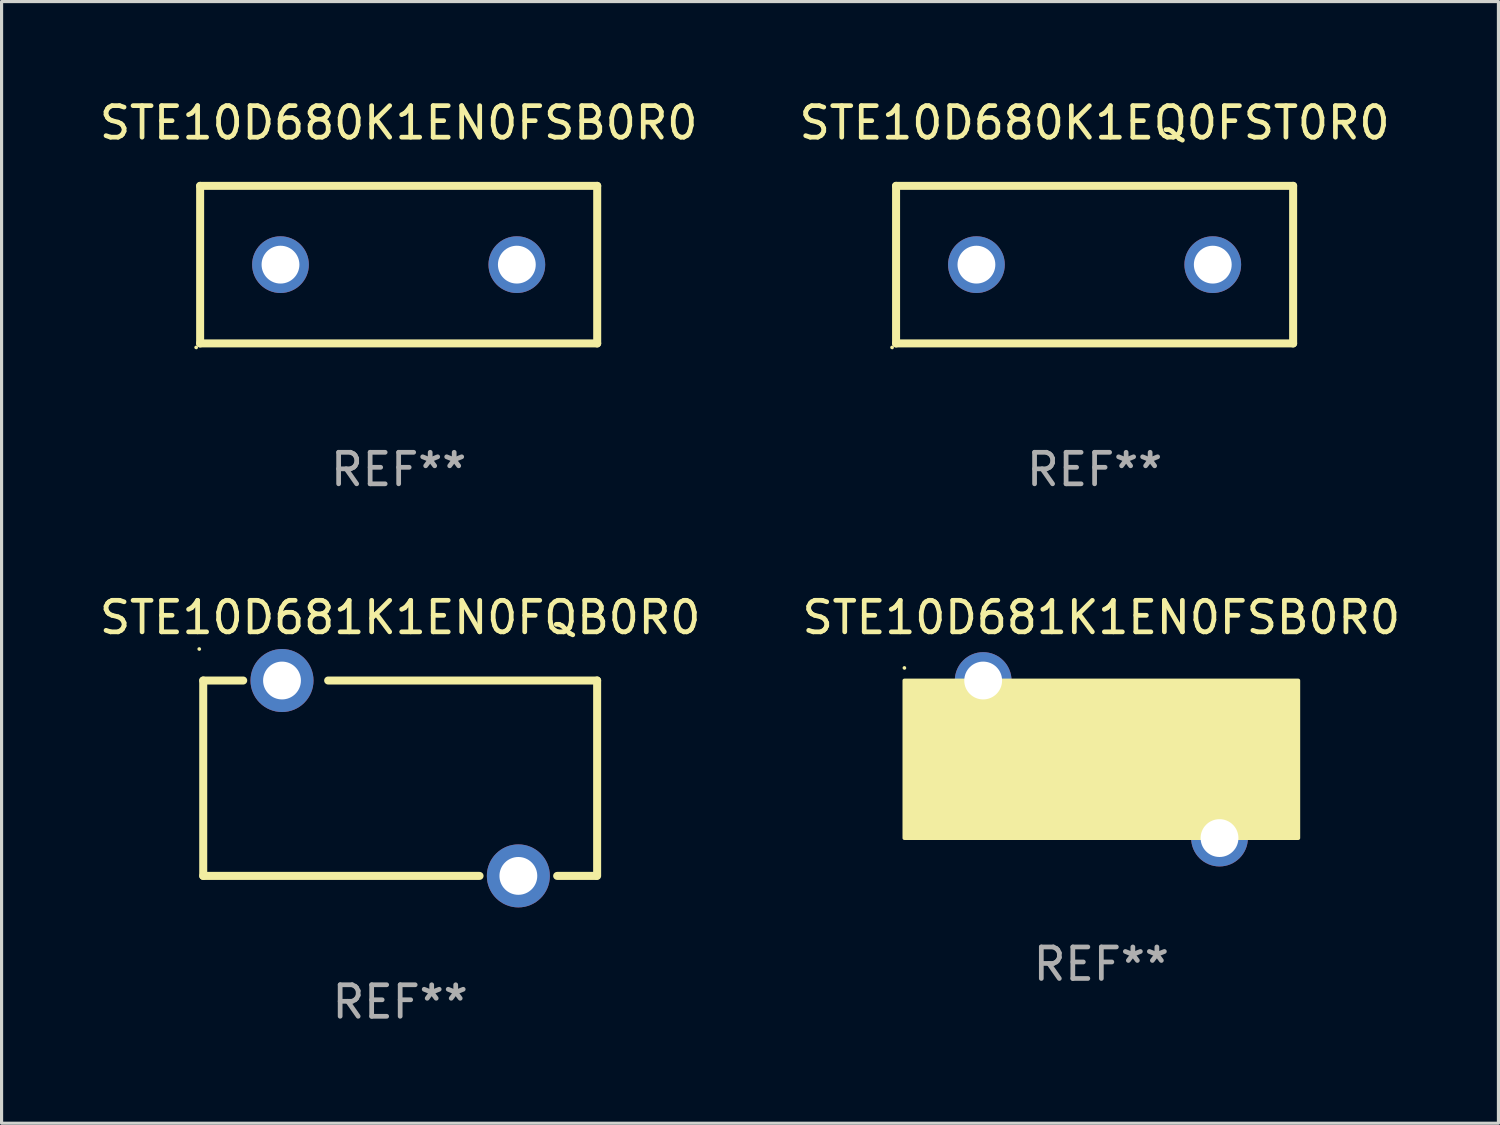
<source format=kicad_pcb>
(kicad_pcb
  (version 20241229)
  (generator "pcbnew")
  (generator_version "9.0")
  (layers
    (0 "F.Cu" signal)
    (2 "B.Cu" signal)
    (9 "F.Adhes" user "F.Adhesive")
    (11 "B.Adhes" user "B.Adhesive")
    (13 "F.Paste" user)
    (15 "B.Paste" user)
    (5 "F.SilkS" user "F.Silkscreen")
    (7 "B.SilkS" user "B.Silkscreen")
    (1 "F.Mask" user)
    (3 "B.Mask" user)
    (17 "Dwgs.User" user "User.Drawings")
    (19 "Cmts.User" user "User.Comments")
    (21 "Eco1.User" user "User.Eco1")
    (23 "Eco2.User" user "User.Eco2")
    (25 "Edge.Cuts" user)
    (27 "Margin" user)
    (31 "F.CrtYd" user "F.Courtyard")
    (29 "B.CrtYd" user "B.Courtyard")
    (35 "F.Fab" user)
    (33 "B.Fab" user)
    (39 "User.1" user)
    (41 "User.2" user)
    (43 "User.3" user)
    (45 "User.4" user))
  (footprint "STE10D680K1EQ0FST0R0"
    (layer "F.Cu")
    (at 31.685 5.348)
    (property "Reference" "STE10D680K1EQ0FST0R0" (at 0 -4.5 0) (layer "F.SilkS") (effects (font (size 1 1) (thickness 0.15))))
    (attr through_hole)
    (fp_line (start -6.3 -2.5) (end 6.3 -2.5) (stroke (width 0.254) (type solid)) (layer "F.SilkS"))
    (fp_line (start -6.3 2.5) (end -6.3 -2.5) (stroke (width 0.254) (type solid)) (layer "F.SilkS"))
    (fp_line (start 6.3 -2.5) (end 6.3 2.5) (stroke (width 0.254) (type solid)) (layer "F.SilkS"))
    (fp_line (start 6.3 2.5) (end -6.3 2.5) (stroke (width 0.254) (type solid)) (layer "F.SilkS"))
    (fp_circle (center -6.427 2.627) (end -6.397 2.627) (stroke (width 0.06) (type solid)) (fill no) (layer "F.SilkS"))
    (fp_text user "REF**" (at 0 6.5 0) (layer "F.Fab") (effects (font (size 1 1) (thickness 0.15))))
    (pad "1" thru_hole circle (at -3.75 0) (size 1.8 1.8) (drill 1.2) (layers "*.Cu" "*.Mask"))
    (pad "2" thru_hole circle (at 3.75 0) (size 1.8 1.8) (drill 1.2) (layers "*.Cu" "*.Mask")))
  (footprint "STE10D680K1EN0FSB0R0"
    (layer "F.Cu")
    (at 9.601 5.348)
    (property "Reference" "STE10D680K1EN0FSB0R0" (at 0 -4.5 0) (layer "F.SilkS") (effects (font (size 1 1) (thickness 0.15))))
    (attr through_hole)
    (fp_line (start -6.3 -2.5) (end 6.3 -2.5) (stroke (width 0.254) (type solid)) (layer "F.SilkS"))
    (fp_line (start -6.3 2.5) (end -6.3 -2.5) (stroke (width 0.254) (type solid)) (layer "F.SilkS"))
    (fp_line (start 6.3 -2.5) (end 6.3 2.5) (stroke (width 0.254) (type solid)) (layer "F.SilkS"))
    (fp_line (start 6.3 2.5) (end -6.3 2.5) (stroke (width 0.254) (type solid)) (layer "F.SilkS"))
    (fp_circle (center -6.427 2.627) (end -6.397 2.627) (stroke (width 0.06) (type solid)) (fill no) (layer "F.SilkS"))
    (fp_text user "REF**" (at 0 6.5 0) (layer "F.Fab") (effects (font (size 1 1) (thickness 0.15))))
    (pad "1" thru_hole circle (at -3.75 0) (size 1.8 1.8) (drill 1.2) (layers "*.Cu" "*.Mask"))
    (pad "2" thru_hole circle (at 3.75 0) (size 1.8 1.8) (drill 1.2) (layers "*.Cu" "*.Mask")))
  (footprint "STE10D681K1EN0FQB0R0"
    (layer "F.Cu")
    (at 9.649 21.645)
    (property "Reference" "STE10D681K1EN0FQB0R0" (at 0 -5.1 0) (layer "F.SilkS") (effects (font (size 1 1) (thickness 0.15))))
    (attr through_hole)
    (fp_line (start -6.25 -3.1) (end -6.25 3.1) (stroke (width 0.254) (type solid)) (layer "F.SilkS"))
    (fp_line (start -6.25 -3.1) (end -4.981 -3.1) (stroke (width 0.254) (type solid)) (layer "F.SilkS"))
    (fp_line (start -6.25 3.1) (end 2.519 3.1) (stroke (width 0.254) (type solid)) (layer "F.SilkS"))
    (fp_line (start 4.981 3.1) (end 6.223 3.1) (stroke (width 0.254) (type solid)) (layer "F.SilkS"))
    (fp_line (start 6.25 -3.1) (end -2.286 -3.1) (stroke (width 0.254) (type solid)) (layer "F.SilkS"))
    (fp_line (start 6.25 -3.1) (end 6.25 3.1) (stroke (width 0.254) (type solid)) (layer "F.SilkS"))
    (fp_circle (center -6.377 -4.1) (end -6.347 -4.1) (stroke (width 0.06) (type solid)) (fill no) (layer "F.SilkS"))
    (fp_text user "REF**" (at 0 7.1 0) (layer "F.Fab") (effects (font (size 1 1) (thickness 0.15))))
    (pad "1" thru_hole circle (at -3.75 -3.1) (size 2 2) (drill 1.2) (layers "*.Cu" "*.Mask"))
    (pad "2" thru_hole circle (at 3.75 3.1) (size 2 2) (drill 1.2) (layers "*.Cu" "*.Mask")))
  (footprint "STE10D681K1EN0FSB0R0"
    (layer "F.Cu")
    (at 31.899 21.045)
    (property "Reference" "STE10D681K1EN0FSB0R0" (at 0 -4.5 0) (layer "F.SilkS") (effects (font (size 1 1) (thickness 0.15))))
    (attr through_hole)
    (fp_circle (center -6.25 -2.9) (end -6.22 -2.9) (stroke (width 0.06) (type solid)) (fill no) (layer "F.SilkS"))
    (fp_poly (pts (xy -6.25 -2.5) (xy 6.25 -2.5) (xy 6.25 2.5) (xy -6.25 2.5)) (stroke (width 0.12) (type solid)) (fill yes) (layer "F.SilkS"))
    (fp_text user "REF**" (at 0 6.5 0) (layer "F.Fab") (effects (font (size 1 1) (thickness 0.15))))
    (pad "1" thru_hole circle (at -3.75 -2.5) (size 1.8 1.8) (drill 1.2) (layers "*.Cu" "*.Mask"))
    (pad "2" thru_hole circle (at 3.75 2.5) (size 1.8 1.8) (drill 1.2) (layers "*.Cu" "*.Mask")))
  (gr_rect
    (start -3 -3)
    (end 44.5 32.593)
    (stroke (width 0.1) (type default))
    (fill no)
    (layer "Edge.Cuts")))
</source>
